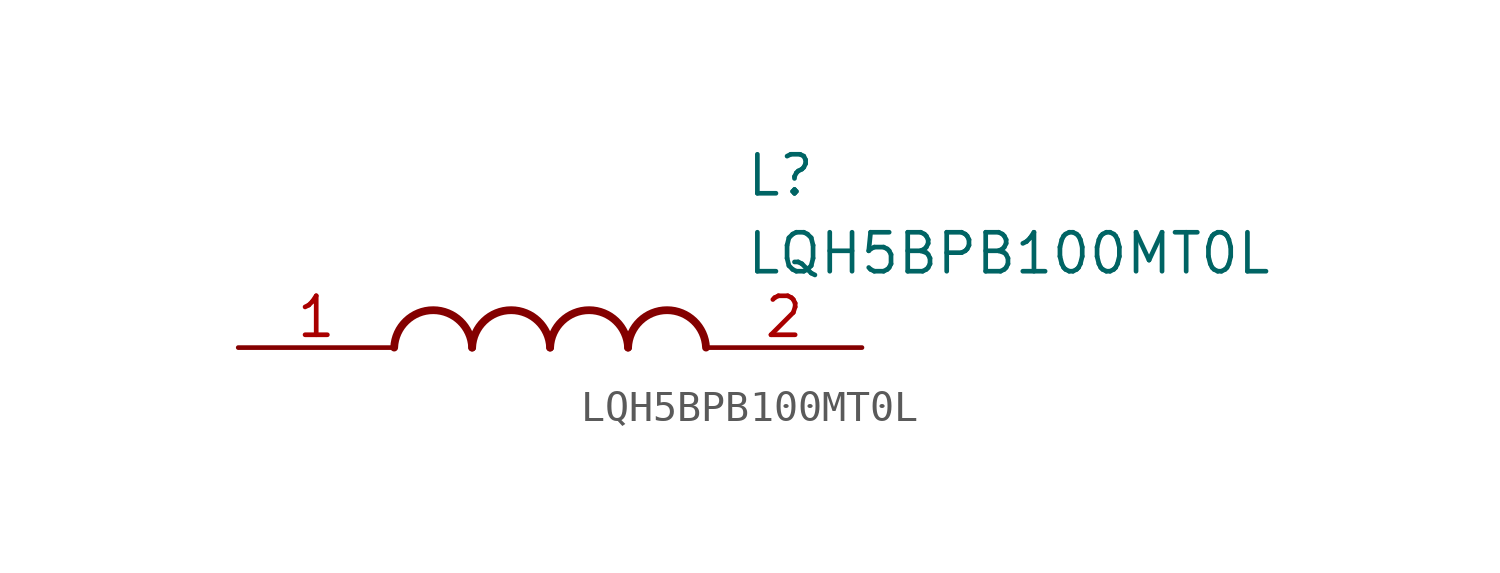
<source format=kicad_sym>
(kicad_symbol_lib
  (version 20211014)
  (generator SamacSys_ECAD_Model)
  (symbol "LQH5BPB100MT0L"
    (pin_names hide)
    (property "Reference" "L"
      (at 16.51 6.35 0)
      (effects (font (size 1.27 1.27)) (justify left top)))
    (property "Value" "LQH5BPB100MT0L"
      (at 16.51 3.81 0)
      (effects (font (size 1.27 1.27)) (justify left top)))
    (arc
      (start 7.62 0)
      (mid 6.35 1.219)
      (end 5.08 0)
      (stroke (width 0.254) (type default))
      (fill (type none)))
    (arc
      (start 10.16 0)
      (mid 8.89 1.219)
      (end 7.62 0)
      (stroke (width 0.254) (type default))
      (fill (type none)))
    (arc
      (start 12.7 0)
      (mid 11.43 1.219)
      (end 10.16 0)
      (stroke (width 0.254) (type default))
      (fill (type none)))
    (arc
      (start 15.24 0)
      (mid 13.97 1.219)
      (end 12.7 0)
      (stroke (width 0.254) (type default))
      (fill (type none)))
    (pin passive line
      (at 0 0 0)
      (length 5.08)
      (name "1" (effects (font (size 1.27 1.27))))
      (number "1" (effects (font (size 1.27 1.27)))))
    (pin passive line
      (at 20.32 0 180)
      (length 5.08)
      (name "2" (effects (font (size 1.27 1.27))))
      (number "2" (effects (font (size 1.27 1.27)))))))
</source>
